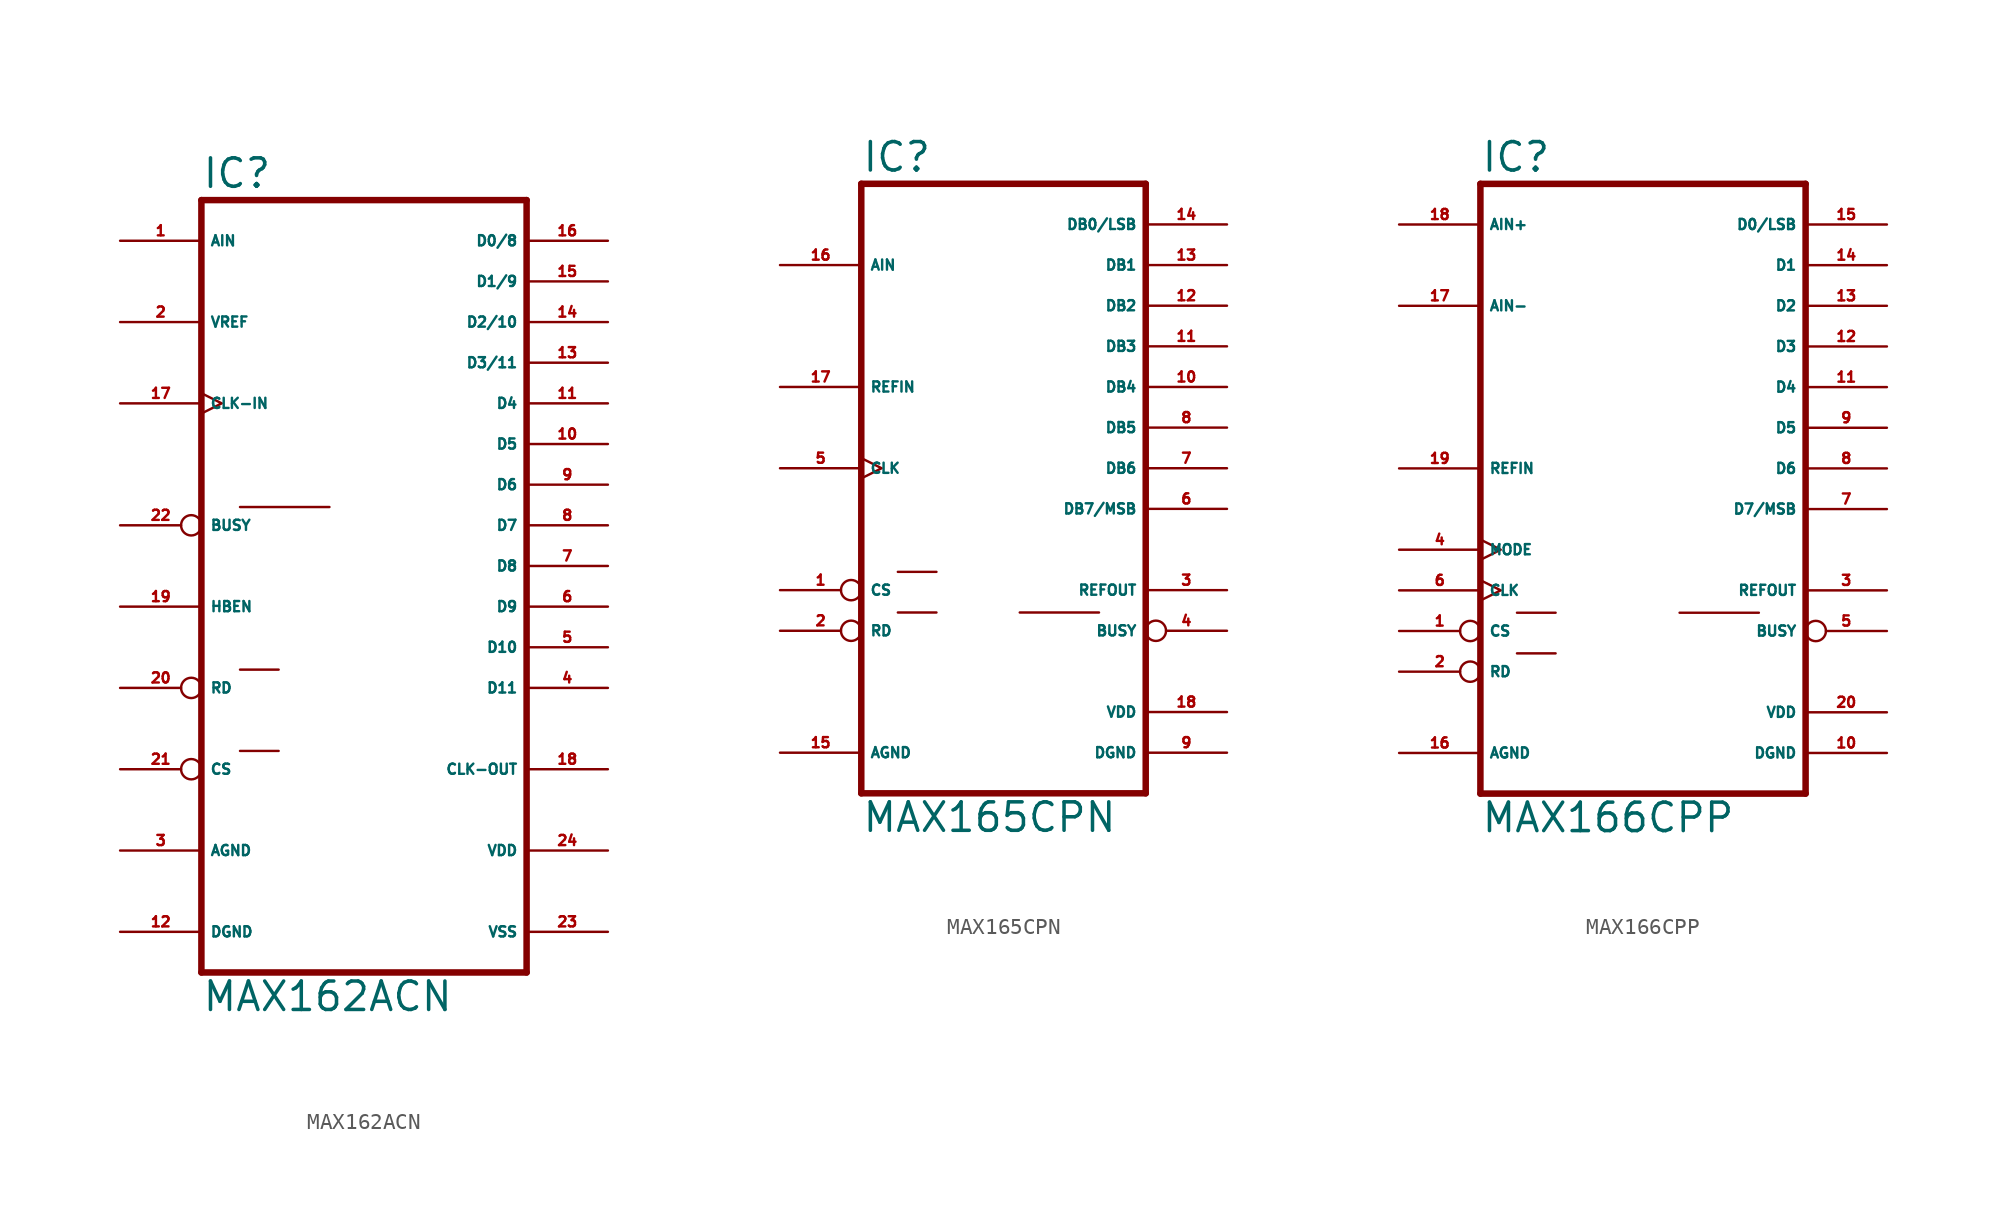
<source format=kicad_sym>
(kicad_symbol_lib
  (version 20220914)
  (generator Eagle2Kicad)
  (symbol "MAX162ACN"
    (property "Reference" "IC"
      (at -10.16 23.495 0)
      (effects (font (size 1.778 1.778) (thickness 0.22)) (justify left bottom)))
    (property "Value" "MAX162ACN"
      (at -10.16 -27.94 0)
      (effects (font (size 1.778 1.778) (thickness 0.22)) (justify left bottom)))
    (polyline
      (pts (xy -10.16 -25.4) (xy 10.16 -25.4))
      (stroke (width 0.406) (type default))
      (fill (type none)))
    (polyline
      (pts (xy 10.16 22.86) (xy 10.16 -25.4))
      (stroke (width 0.406) (type default))
      (fill (type none)))
    (polyline
      (pts (xy 10.16 22.86) (xy -10.16 22.86))
      (stroke (width 0.406) (type default))
      (fill (type none)))
    (polyline
      (pts (xy -10.16 -25.4) (xy -10.16 22.86))
      (stroke (width 0.406) (type default))
      (fill (type none)))
    (polyline
      (pts (xy -7.747 -11.557) (xy -5.334 -11.557))
      (stroke (width 0.152) (type default))
      (fill (type none)))
    (polyline
      (pts (xy -7.747 -6.477) (xy -5.334 -6.477))
      (stroke (width 0.152) (type default))
      (fill (type none)))
    (polyline
      (pts (xy -7.747 3.683) (xy -2.159 3.683))
      (stroke (width 0.152) (type default))
      (fill (type none)))
    (pin tri_state line
      (at 15.24 20.32 180)
      (length 5.08)
      (name "D0/8" (effects (font (size 0.635 0.635) (thickness 0.08)) (justify left bottom)))
      (number "16" (effects (font (size 0.635 0.635) (thickness 0.08)) (justify left bottom))))
    (pin tri_state line
      (at 15.24 17.78 180)
      (length 5.08)
      (name "D1/9" (effects (font (size 0.635 0.635) (thickness 0.08)) (justify left bottom)))
      (number "15" (effects (font (size 0.635 0.635) (thickness 0.08)) (justify left bottom))))
    (pin tri_state line
      (at 15.24 15.24 180)
      (length 5.08)
      (name "D2/10" (effects (font (size 0.635 0.635) (thickness 0.08)) (justify left bottom)))
      (number "14" (effects (font (size 0.635 0.635) (thickness 0.08)) (justify left bottom))))
    (pin tri_state line
      (at 15.24 12.7 180)
      (length 5.08)
      (name "D3/11" (effects (font (size 0.635 0.635) (thickness 0.08)) (justify left bottom)))
      (number "13" (effects (font (size 0.635 0.635) (thickness 0.08)) (justify left bottom))))
    (pin tri_state line
      (at 15.24 10.16 180)
      (length 5.08)
      (name "D4" (effects (font (size 0.635 0.635) (thickness 0.08)) (justify left bottom)))
      (number "11" (effects (font (size 0.635 0.635) (thickness 0.08)) (justify left bottom))))
    (pin tri_state line
      (at 15.24 7.62 180)
      (length 5.08)
      (name "D5" (effects (font (size 0.635 0.635) (thickness 0.08)) (justify left bottom)))
      (number "10" (effects (font (size 0.635 0.635) (thickness 0.08)) (justify left bottom))))
    (pin tri_state line
      (at 15.24 5.08 180)
      (length 5.08)
      (name "D6" (effects (font (size 0.635 0.635) (thickness 0.08)) (justify left bottom)))
      (number "9" (effects (font (size 0.635 0.635) (thickness 0.08)) (justify left bottom))))
    (pin tri_state line
      (at 15.24 2.54 180)
      (length 5.08)
      (name "D7" (effects (font (size 0.635 0.635) (thickness 0.08)) (justify left bottom)))
      (number "8" (effects (font (size 0.635 0.635) (thickness 0.08)) (justify left bottom))))
    (pin tri_state line
      (at 15.24 0 180)
      (length 5.08)
      (name "D8" (effects (font (size 0.635 0.635) (thickness 0.08)) (justify left bottom)))
      (number "7" (effects (font (size 0.635 0.635) (thickness 0.08)) (justify left bottom))))
    (pin tri_state line
      (at 15.24 -2.54 180)
      (length 5.08)
      (name "D9" (effects (font (size 0.635 0.635) (thickness 0.08)) (justify left bottom)))
      (number "6" (effects (font (size 0.635 0.635) (thickness 0.08)) (justify left bottom))))
    (pin unspecified line
      (at 15.24 -22.86 180)
      (length 5.08)
      (name "VSS" (effects (font (size 0.635 0.635) (thickness 0.08)) (justify left bottom)))
      (number "23" (effects (font (size 0.635 0.635) (thickness 0.08)) (justify left bottom))))
    (pin passive line
      (at -15.24 -17.78 0)
      (length 5.08)
      (name "AGND" (effects (font (size 0.635 0.635) (thickness 0.08)) (justify left bottom)))
      (number "3" (effects (font (size 0.635 0.635) (thickness 0.08)) (justify left bottom))))
    (pin passive line
      (at -15.24 -22.86 0)
      (length 5.08)
      (name "DGND" (effects (font (size 0.635 0.635) (thickness 0.08)) (justify left bottom)))
      (number "12" (effects (font (size 0.635 0.635) (thickness 0.08)) (justify left bottom))))
    (pin input line
      (at -15.24 20.32 0)
      (length 5.08)
      (name "AIN" (effects (font (size 0.635 0.635) (thickness 0.08)) (justify left bottom)))
      (number "1" (effects (font (size 0.635 0.635) (thickness 0.08)) (justify left bottom))))
    (pin input line
      (at -15.24 15.24 0)
      (length 5.08)
      (name "VREF" (effects (font (size 0.635 0.635) (thickness 0.08)) (justify left bottom)))
      (number "2" (effects (font (size 0.635 0.635) (thickness 0.08)) (justify left bottom))))
    (pin unspecified line
      (at 15.24 -17.78 180)
      (length 5.08)
      (name "VDD" (effects (font (size 0.635 0.635) (thickness 0.08)) (justify left bottom)))
      (number "24" (effects (font (size 0.635 0.635) (thickness 0.08)) (justify left bottom))))
    (pin tri_state line
      (at 15.24 -5.08 180)
      (length 5.08)
      (name "D10" (effects (font (size 0.635 0.635) (thickness 0.08)) (justify left bottom)))
      (number "5" (effects (font (size 0.635 0.635) (thickness 0.08)) (justify left bottom))))
    (pin tri_state line
      (at 15.24 -7.62 180)
      (length 5.08)
      (name "D11" (effects (font (size 0.635 0.635) (thickness 0.08)) (justify left bottom)))
      (number "4" (effects (font (size 0.635 0.635) (thickness 0.08)) (justify left bottom))))
    (pin input clock
      (at -15.24 10.16 0)
      (length 5.08)
      (name "CLK-IN" (effects (font (size 0.635 0.635) (thickness 0.08)) (justify left bottom)))
      (number "17" (effects (font (size 0.635 0.635) (thickness 0.08)) (justify left bottom))))
    (pin output line
      (at 15.24 -12.7 180)
      (length 5.08)
      (name "CLK-OUT" (effects (font (size 0.635 0.635) (thickness 0.08)) (justify left bottom)))
      (number "18" (effects (font (size 0.635 0.635) (thickness 0.08)) (justify left bottom))))
    (pin input inverted
      (at -15.24 -7.62 0)
      (length 5.08)
      (name "RD" (effects (font (size 0.635 0.635) (thickness 0.08)) (justify left bottom)))
      (number "20" (effects (font (size 0.635 0.635) (thickness 0.08)) (justify left bottom))))
    (pin input inverted
      (at -15.24 -12.7 0)
      (length 5.08)
      (name "CS" (effects (font (size 0.635 0.635) (thickness 0.08)) (justify left bottom)))
      (number "21" (effects (font (size 0.635 0.635) (thickness 0.08)) (justify left bottom))))
    (pin input inverted
      (at -15.24 2.54 0)
      (length 5.08)
      (name "BUSY" (effects (font (size 0.635 0.635) (thickness 0.08)) (justify left bottom)))
      (number "22" (effects (font (size 0.635 0.635) (thickness 0.08)) (justify left bottom))))
    (pin input line
      (at -15.24 -2.54 0)
      (length 5.08)
      (name "HBEN" (effects (font (size 0.635 0.635) (thickness 0.08)) (justify left bottom)))
      (number "19" (effects (font (size 0.635 0.635) (thickness 0.08)) (justify left bottom)))))
  (symbol "MAX165CPN"
    (property "Reference" "IC"
      (at -10.16 18.415 0)
      (effects (font (size 1.778 1.778) (thickness 0.22)) (justify left bottom)))
    (property "Value" "MAX165CPN"
      (at -10.16 -22.86 0)
      (effects (font (size 1.778 1.778) (thickness 0.22)) (justify left bottom)))
    (polyline
      (pts (xy 7.62 -20.32) (xy -10.16 -20.32))
      (stroke (width 0.406) (type default))
      (fill (type none)))
    (polyline
      (pts (xy -10.16 17.78) (xy -10.16 -20.32))
      (stroke (width 0.406) (type default))
      (fill (type none)))
    (polyline
      (pts (xy -10.16 17.78) (xy 7.62 17.78))
      (stroke (width 0.406) (type default))
      (fill (type none)))
    (polyline
      (pts (xy 7.62 -20.32) (xy 7.62 17.78))
      (stroke (width 0.406) (type default))
      (fill (type none)))
    (polyline
      (pts (xy -7.874 -6.477) (xy -5.461 -6.477))
      (stroke (width 0.152) (type default))
      (fill (type none)))
    (polyline
      (pts (xy -7.874 -9.017) (xy -5.461 -9.017))
      (stroke (width 0.152) (type default))
      (fill (type none)))
    (polyline
      (pts (xy -0.254 -9.017) (xy 4.699 -9.017))
      (stroke (width 0.152) (type default))
      (fill (type none)))
    (pin unspecified line
      (at 12.7 -17.78 180)
      (length 5.08)
      (name "DGND" (effects (font (size 0.635 0.635) (thickness 0.08)) (justify left bottom)))
      (number "9" (effects (font (size 0.635 0.635) (thickness 0.08)) (justify left bottom))))
    (pin unspecified line
      (at 12.7 -15.24 180)
      (length 5.08)
      (name "VDD" (effects (font (size 0.635 0.635) (thickness 0.08)) (justify left bottom)))
      (number "18" (effects (font (size 0.635 0.635) (thickness 0.08)) (justify left bottom))))
    (pin input inverted
      (at -15.24 -7.62 0)
      (length 5.08)
      (name "CS" (effects (font (size 0.635 0.635) (thickness 0.08)) (justify left bottom)))
      (number "1" (effects (font (size 0.635 0.635) (thickness 0.08)) (justify left bottom))))
    (pin tri_state line
      (at 12.7 10.16 180)
      (length 5.08)
      (name "DB2" (effects (font (size 0.635 0.635) (thickness 0.08)) (justify left bottom)))
      (number "12" (effects (font (size 0.635 0.635) (thickness 0.08)) (justify left bottom))))
    (pin tri_state line
      (at 12.7 12.7 180)
      (length 5.08)
      (name "DB1" (effects (font (size 0.635 0.635) (thickness 0.08)) (justify left bottom)))
      (number "13" (effects (font (size 0.635 0.635) (thickness 0.08)) (justify left bottom))))
    (pin tri_state line
      (at 12.7 15.24 180)
      (length 5.08)
      (name "DB0/LSB" (effects (font (size 0.635 0.635) (thickness 0.08)) (justify left bottom)))
      (number "14" (effects (font (size 0.635 0.635) (thickness 0.08)) (justify left bottom))))
    (pin tri_state line
      (at 12.7 7.62 180)
      (length 5.08)
      (name "DB3" (effects (font (size 0.635 0.635) (thickness 0.08)) (justify left bottom)))
      (number "11" (effects (font (size 0.635 0.635) (thickness 0.08)) (justify left bottom))))
    (pin unspecified line
      (at -15.24 -17.78 0)
      (length 5.08)
      (name "AGND" (effects (font (size 0.635 0.635) (thickness 0.08)) (justify left bottom)))
      (number "15" (effects (font (size 0.635 0.635) (thickness 0.08)) (justify left bottom))))
    (pin tri_state line
      (at 12.7 5.08 180)
      (length 5.08)
      (name "DB4" (effects (font (size 0.635 0.635) (thickness 0.08)) (justify left bottom)))
      (number "10" (effects (font (size 0.635 0.635) (thickness 0.08)) (justify left bottom))))
    (pin output line
      (at 12.7 -7.62 180)
      (length 5.08)
      (name "REFOUT" (effects (font (size 0.635 0.635) (thickness 0.08)) (justify left bottom)))
      (number "3" (effects (font (size 0.635 0.635) (thickness 0.08)) (justify left bottom))))
    (pin input line
      (at -15.24 12.7 0)
      (length 5.08)
      (name "AIN" (effects (font (size 0.635 0.635) (thickness 0.08)) (justify left bottom)))
      (number "16" (effects (font (size 0.635 0.635) (thickness 0.08)) (justify left bottom))))
    (pin output inverted
      (at 12.7 -10.16 180)
      (length 5.08)
      (name "BUSY" (effects (font (size 0.635 0.635) (thickness 0.08)) (justify left bottom)))
      (number "4" (effects (font (size 0.635 0.635) (thickness 0.08)) (justify left bottom))))
    (pin input line
      (at -15.24 5.08 0)
      (length 5.08)
      (name "REFIN" (effects (font (size 0.635 0.635) (thickness 0.08)) (justify left bottom)))
      (number "17" (effects (font (size 0.635 0.635) (thickness 0.08)) (justify left bottom))))
    (pin input inverted
      (at -15.24 -10.16 0)
      (length 5.08)
      (name "RD" (effects (font (size 0.635 0.635) (thickness 0.08)) (justify left bottom)))
      (number "2" (effects (font (size 0.635 0.635) (thickness 0.08)) (justify left bottom))))
    (pin tri_state line
      (at 12.7 2.54 180)
      (length 5.08)
      (name "DB5" (effects (font (size 0.635 0.635) (thickness 0.08)) (justify left bottom)))
      (number "8" (effects (font (size 0.635 0.635) (thickness 0.08)) (justify left bottom))))
    (pin tri_state line
      (at 12.7 0 180)
      (length 5.08)
      (name "DB6" (effects (font (size 0.635 0.635) (thickness 0.08)) (justify left bottom)))
      (number "7" (effects (font (size 0.635 0.635) (thickness 0.08)) (justify left bottom))))
    (pin tri_state line
      (at 12.7 -2.54 180)
      (length 5.08)
      (name "DB7/MSB" (effects (font (size 0.635 0.635) (thickness 0.08)) (justify left bottom)))
      (number "6" (effects (font (size 0.635 0.635) (thickness 0.08)) (justify left bottom))))
    (pin input clock
      (at -15.24 0 0)
      (length 5.08)
      (name "CLK" (effects (font (size 0.635 0.635) (thickness 0.08)) (justify left bottom)))
      (number "5" (effects (font (size 0.635 0.635) (thickness 0.08)) (justify left bottom)))))
  (symbol "MAX166CPP"
    (property "Reference" "IC"
      (at -10.16 18.415 0)
      (effects (font (size 1.778 1.778) (thickness 0.22)) (justify left bottom)))
    (property "Value" "MAX166CPP"
      (at -10.16 -22.86 0)
      (effects (font (size 1.778 1.778) (thickness 0.22)) (justify left bottom)))
    (polyline
      (pts (xy 10.16 -20.32) (xy -10.16 -20.32))
      (stroke (width 0.406) (type default))
      (fill (type none)))
    (polyline
      (pts (xy -10.16 17.78) (xy -10.16 -20.32))
      (stroke (width 0.406) (type default))
      (fill (type none)))
    (polyline
      (pts (xy -10.16 17.78) (xy 10.16 17.78))
      (stroke (width 0.406) (type default))
      (fill (type none)))
    (polyline
      (pts (xy 10.16 -20.32) (xy 10.16 17.78))
      (stroke (width 0.406) (type default))
      (fill (type none)))
    (polyline
      (pts (xy -7.874 -9.017) (xy -5.461 -9.017))
      (stroke (width 0.152) (type default))
      (fill (type none)))
    (polyline
      (pts (xy -7.874 -11.557) (xy -5.461 -11.557))
      (stroke (width 0.152) (type default))
      (fill (type none)))
    (polyline
      (pts (xy 2.286 -9.017) (xy 7.239 -9.017))
      (stroke (width 0.152) (type default))
      (fill (type none)))
    (pin unspecified line
      (at 15.24 -17.78 180)
      (length 5.08)
      (name "DGND" (effects (font (size 0.635 0.635) (thickness 0.08)) (justify left bottom)))
      (number "10" (effects (font (size 0.635 0.635) (thickness 0.08)) (justify left bottom))))
    (pin unspecified line
      (at 15.24 -15.24 180)
      (length 5.08)
      (name "VDD" (effects (font (size 0.635 0.635) (thickness 0.08)) (justify left bottom)))
      (number "20" (effects (font (size 0.635 0.635) (thickness 0.08)) (justify left bottom))))
    (pin input inverted
      (at -15.24 -10.16 0)
      (length 5.08)
      (name "CS" (effects (font (size 0.635 0.635) (thickness 0.08)) (justify left bottom)))
      (number "1" (effects (font (size 0.635 0.635) (thickness 0.08)) (justify left bottom))))
    (pin tri_state line
      (at 15.24 10.16 180)
      (length 5.08)
      (name "D2" (effects (font (size 0.635 0.635) (thickness 0.08)) (justify left bottom)))
      (number "13" (effects (font (size 0.635 0.635) (thickness 0.08)) (justify left bottom))))
    (pin tri_state line
      (at 15.24 12.7 180)
      (length 5.08)
      (name "D1" (effects (font (size 0.635 0.635) (thickness 0.08)) (justify left bottom)))
      (number "14" (effects (font (size 0.635 0.635) (thickness 0.08)) (justify left bottom))))
    (pin tri_state line
      (at 15.24 15.24 180)
      (length 5.08)
      (name "D0/LSB" (effects (font (size 0.635 0.635) (thickness 0.08)) (justify left bottom)))
      (number "15" (effects (font (size 0.635 0.635) (thickness 0.08)) (justify left bottom))))
    (pin tri_state line
      (at 15.24 7.62 180)
      (length 5.08)
      (name "D3" (effects (font (size 0.635 0.635) (thickness 0.08)) (justify left bottom)))
      (number "12" (effects (font (size 0.635 0.635) (thickness 0.08)) (justify left bottom))))
    (pin unspecified line
      (at -15.24 -17.78 0)
      (length 5.08)
      (name "AGND" (effects (font (size 0.635 0.635) (thickness 0.08)) (justify left bottom)))
      (number "16" (effects (font (size 0.635 0.635) (thickness 0.08)) (justify left bottom))))
    (pin tri_state line
      (at 15.24 5.08 180)
      (length 5.08)
      (name "D4" (effects (font (size 0.635 0.635) (thickness 0.08)) (justify left bottom)))
      (number "11" (effects (font (size 0.635 0.635) (thickness 0.08)) (justify left bottom))))
    (pin output line
      (at 15.24 -7.62 180)
      (length 5.08)
      (name "REFOUT" (effects (font (size 0.635 0.635) (thickness 0.08)) (justify left bottom)))
      (number "3" (effects (font (size 0.635 0.635) (thickness 0.08)) (justify left bottom))))
    (pin input line
      (at -15.24 10.16 0)
      (length 5.08)
      (name "AIN-" (effects (font (size 0.635 0.635) (thickness 0.08)) (justify left bottom)))
      (number "17" (effects (font (size 0.635 0.635) (thickness 0.08)) (justify left bottom))))
    (pin output inverted
      (at 15.24 -10.16 180)
      (length 5.08)
      (name "BUSY" (effects (font (size 0.635 0.635) (thickness 0.08)) (justify left bottom)))
      (number "5" (effects (font (size 0.635 0.635) (thickness 0.08)) (justify left bottom))))
    (pin input line
      (at -15.24 0 0)
      (length 5.08)
      (name "REFIN" (effects (font (size 0.635 0.635) (thickness 0.08)) (justify left bottom)))
      (number "19" (effects (font (size 0.635 0.635) (thickness 0.08)) (justify left bottom))))
    (pin input inverted
      (at -15.24 -12.7 0)
      (length 5.08)
      (name "RD" (effects (font (size 0.635 0.635) (thickness 0.08)) (justify left bottom)))
      (number "2" (effects (font (size 0.635 0.635) (thickness 0.08)) (justify left bottom))))
    (pin tri_state line
      (at 15.24 2.54 180)
      (length 5.08)
      (name "D5" (effects (font (size 0.635 0.635) (thickness 0.08)) (justify left bottom)))
      (number "9" (effects (font (size 0.635 0.635) (thickness 0.08)) (justify left bottom))))
    (pin tri_state line
      (at 15.24 0 180)
      (length 5.08)
      (name "D6" (effects (font (size 0.635 0.635) (thickness 0.08)) (justify left bottom)))
      (number "8" (effects (font (size 0.635 0.635) (thickness 0.08)) (justify left bottom))))
    (pin tri_state line
      (at 15.24 -2.54 180)
      (length 5.08)
      (name "D7/MSB" (effects (font (size 0.635 0.635) (thickness 0.08)) (justify left bottom)))
      (number "7" (effects (font (size 0.635 0.635) (thickness 0.08)) (justify left bottom))))
    (pin input clock
      (at -15.24 -7.62 0)
      (length 5.08)
      (name "CLK" (effects (font (size 0.635 0.635) (thickness 0.08)) (justify left bottom)))
      (number "6" (effects (font (size 0.635 0.635) (thickness 0.08)) (justify left bottom))))
    (pin input clock
      (at -15.24 -5.08 0)
      (length 5.08)
      (name "MODE" (effects (font (size 0.635 0.635) (thickness 0.08)) (justify left bottom)))
      (number "4" (effects (font (size 0.635 0.635) (thickness 0.08)) (justify left bottom))))
    (pin input line
      (at -15.24 15.24 0)
      (length 5.08)
      (name "AIN+" (effects (font (size 0.635 0.635) (thickness 0.08)) (justify left bottom)))
      (number "18" (effects (font (size 0.635 0.635) (thickness 0.08)) (justify left bottom))))))
</source>
